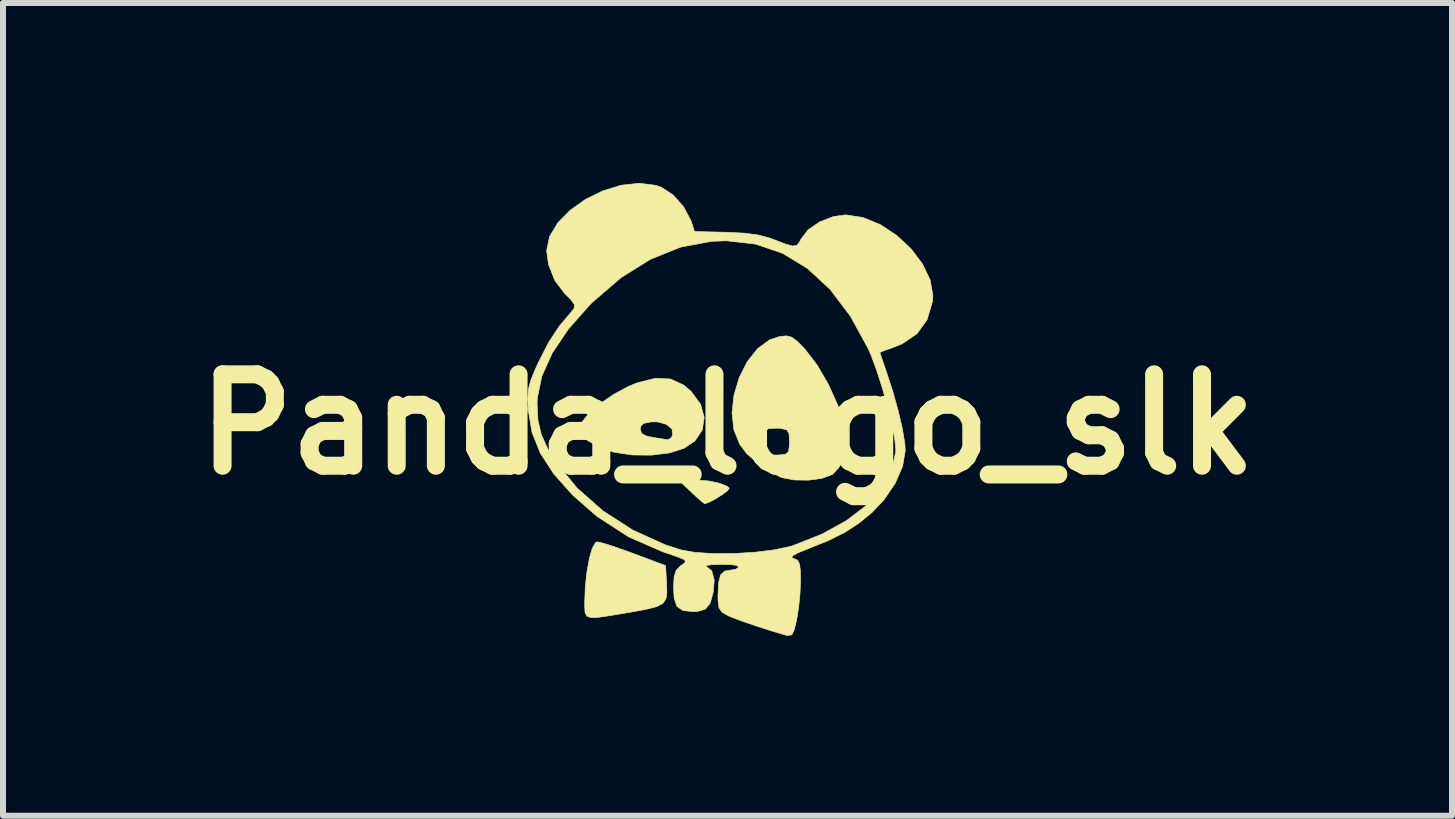
<source format=kicad_pcb>
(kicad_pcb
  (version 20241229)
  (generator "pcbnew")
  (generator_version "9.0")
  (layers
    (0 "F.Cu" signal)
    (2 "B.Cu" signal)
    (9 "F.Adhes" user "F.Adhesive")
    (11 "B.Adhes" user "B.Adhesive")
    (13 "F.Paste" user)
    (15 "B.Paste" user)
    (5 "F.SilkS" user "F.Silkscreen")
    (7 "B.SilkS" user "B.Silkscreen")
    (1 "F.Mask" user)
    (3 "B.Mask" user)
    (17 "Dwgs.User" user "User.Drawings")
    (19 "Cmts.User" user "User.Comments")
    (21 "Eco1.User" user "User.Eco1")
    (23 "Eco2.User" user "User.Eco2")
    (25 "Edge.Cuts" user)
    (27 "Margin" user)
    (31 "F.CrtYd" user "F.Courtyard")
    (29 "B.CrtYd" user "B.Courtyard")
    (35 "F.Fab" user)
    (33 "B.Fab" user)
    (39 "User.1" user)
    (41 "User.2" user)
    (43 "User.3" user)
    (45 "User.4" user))
  (footprint "Panda_logo_slk"
    (layer "F.Cu")
    (at 9.079 4.025)
    (property "Reference" "Panda_logo_slk" (at 0 0 0) (layer "F.SilkS") (effects (font (size 1.524 1.524) (thickness 0.3))))
    (attr through_hole)
    (fp_poly (pts (xy -0.3 0.945) (xy -0.133 0.982) (xy -0.008 1.031) (xy 0.03 1.064) (xy 0.001 1.105) (xy -0.089 1.172) (xy -0.205 1.245) (xy -0.315 1.302) (xy -0.382 1.323) (xy -0.426 1.29) (xy -0.52 1.207) (xy -0.577 1.153) (xy -0.758 0.984) (xy -0.604 0.941) (xy -0.47 0.929) (xy -0.3 0.945)) (stroke (width 0.01) (type solid)) (fill yes) (layer "F.SilkS"))
    (fp_poly (pts (xy -2.091 1.976) (xy -1.935 2.024) (xy -1.729 2.095) (xy -1.56 2.157) (xy -1.032 2.355) (xy -1.016 2.656) (xy -1.011 2.805) (xy -1.027 2.911) (xy -1.078 2.985) (xy -1.181 3.038) (xy -1.352 3.082) (xy -1.608 3.129) (xy -1.689 3.143) (xy -1.97 3.19) (xy -2.162 3.218) (xy -2.283 3.22) (xy -2.348 3.194) (xy -2.376 3.134) (xy -2.381 3.036) (xy -2.381 2.96) (xy -2.371 2.701) (xy -2.343 2.451) (xy -2.303 2.232) (xy -2.254 2.064) (xy -2.201 1.971) (xy -2.174 1.958) (xy -2.091 1.976)) (stroke (width 0.01) (type solid)) (fill yes) (layer "F.SilkS"))
    (fp_poly (pts (xy -0.953 -0.757) (xy -0.735 -0.658) (xy -0.608 -0.551) (xy -0.45 -0.337) (xy -0.389 -0.116) (xy -0.421 0.094) (xy -0.544 0.276) (xy -0.725 0.399) (xy -0.97 0.476) (xy -1.272 0.513) (xy -1.592 0.51) (xy -1.889 0.465) (xy -2.003 0.431) (xy -2.183 0.354) (xy -2.335 0.268) (xy -2.397 0.22) (xy -2.469 0.131) (xy -2.47 0.079) (xy -1.455 0.079) (xy -1.431 0.154) (xy -1.341 0.198) (xy -1.244 0.217) (xy -1.1 0.24) (xy -1.003 0.255) (xy -0.991 0.257) (xy -0.939 0.222) (xy -0.916 0.178) (xy -0.925 0.079) (xy -1.015 0.001) (xy -1.162 -0.041) (xy -1.27 -0.042) (xy -1.4 -0.017) (xy -1.451 0.04) (xy -1.455 0.079) (xy -2.47 0.079) (xy -2.47 0.051) (xy -2.431 -0.033) (xy -2.314 -0.182) (xy -2.125 -0.345) (xy -1.894 -0.503) (xy -1.648 -0.635) (xy -1.506 -0.693) (xy -1.205 -0.768) (xy -0.953 -0.757)) (stroke (width 0.01) (type solid)) (fill yes) (layer "F.SilkS"))
    (fp_poly (pts (xy 1.069 -1.454) (xy 1.164 -1.383) (xy 1.293 -1.251) (xy 1.494 -0.989) (xy 1.684 -0.662) (xy 1.843 -0.308) (xy 1.951 0.033) (xy 1.961 0.081) (xy 1.995 0.272) (xy 1.998 0.403) (xy 1.969 0.516) (xy 1.94 0.584) (xy 1.852 0.725) (xy 1.753 0.83) (xy 1.74 0.838) (xy 1.574 0.9) (xy 1.351 0.93) (xy 1.114 0.927) (xy 0.908 0.888) (xy 0.886 0.88) (xy 0.578 0.717) (xy 0.318 0.485) (xy 0.203 0.332) (xy 0.2 0.324) (xy 0.48 0.324) (xy 0.492 0.432) (xy 0.598 0.495) (xy 0.799 0.512) (xy 0.847 0.511) (xy 0.965 0.499) (xy 1.018 0.456) (xy 1.031 0.349) (xy 1.032 0.291) (xy 1.026 0.155) (xy 0.988 0.092) (xy 0.892 0.068) (xy 0.838 0.063) (xy 0.688 0.069) (xy 0.592 0.128) (xy 0.561 0.168) (xy 0.48 0.324) (xy 0.2 0.324) (xy 0.105 0.087) (xy 0.075 -0.193) (xy 0.108 -0.49) (xy 0.195 -0.78) (xy 0.329 -1.045) (xy 0.501 -1.262) (xy 0.704 -1.411) (xy 0.867 -1.464) (xy 0.981 -1.476) (xy 1.069 -1.454)) (stroke (width 0.01) (type solid)) (fill yes) (layer "F.SilkS"))
    (fp_poly (pts (xy -1.194 -3.985) (xy -1.103 -3.953) (xy -0.907 -3.825) (xy -0.732 -3.627) (xy -0.61 -3.396) (xy -0.6 -3.367) (xy -0.551 -3.215) (xy -0.024 -3.203) (xy 0.284 -3.188) (xy 0.52 -3.156) (xy 0.718 -3.102) (xy 0.782 -3.077) (xy 0.971 -3.004) (xy 1.087 -2.973) (xy 1.156 -2.985) (xy 1.201 -3.042) (xy 1.223 -3.087) (xy 1.343 -3.243) (xy 1.535 -3.375) (xy 1.764 -3.464) (xy 1.969 -3.493) (xy 2.259 -3.449) (xy 2.548 -3.33) (xy 2.821 -3.15) (xy 3.06 -2.926) (xy 3.251 -2.673) (xy 3.378 -2.408) (xy 3.424 -2.146) (xy 3.416 -2.046) (xy 3.326 -1.744) (xy 3.159 -1.511) (xy 2.909 -1.342) (xy 2.738 -1.274) (xy 2.613 -1.23) (xy 2.545 -1.202) (xy 2.54 -1.198) (xy 2.556 -1.146) (xy 2.598 -1.024) (xy 2.643 -0.893) (xy 2.753 -0.557) (xy 2.845 -0.226) (xy 2.915 0.075) (xy 2.956 0.32) (xy 2.963 0.435) (xy 2.919 0.699) (xy 2.795 0.984) (xy 2.606 1.261) (xy 2.412 1.465) (xy 2.188 1.649) (xy 1.956 1.8) (xy 1.683 1.936) (xy 1.355 2.069) (xy 1.173 2.142) (xy 1.082 2.191) (xy 1.072 2.222) (xy 1.104 2.236) (xy 1.165 2.263) (xy 1.2 2.322) (xy 1.214 2.437) (xy 1.217 2.612) (xy 1.208 2.828) (xy 1.185 3.053) (xy 1.152 3.259) (xy 1.114 3.419) (xy 1.075 3.505) (xy 1.067 3.511) (xy 0.988 3.519) (xy 0.979 3.516) (xy 0.746 3.447) (xy 0.498 3.368) (xy 0.268 3.289) (xy 0.086 3.222) (xy 0.013 3.191) (xy -0.091 3.132) (xy -0.142 3.06) (xy -0.158 2.938) (xy -0.159 2.856) (xy -0.149 2.639) (xy -0.115 2.508) (xy -0.049 2.446) (xy 0.029 2.434) (xy 0.139 2.414) (xy 0.185 2.381) (xy 0.157 2.351) (xy 0.033 2.336) (xy -0.116 2.334) (xy -0.272 2.341) (xy -0.359 2.352) (xy -0.36 2.364) (xy -0.36 2.364) (xy -0.263 2.441) (xy -0.222 2.595) (xy -0.238 2.796) (xy -0.289 2.98) (xy -0.37 3.081) (xy -0.503 3.119) (xy -0.578 3.122) (xy -0.744 3.103) (xy -0.843 3.035) (xy -0.89 2.898) (xy -0.9 2.718) (xy -0.891 2.54) (xy -0.856 2.432) (xy -0.785 2.36) (xy -0.784 2.359) (xy -0.721 2.315) (xy -0.697 2.283) (xy -0.725 2.253) (xy -0.82 2.213) (xy -0.995 2.152) (xy -1.085 2.122) (xy -1.649 1.875) (xy -2.176 1.534) (xy -2.576 1.185) (xy -2.895 0.828) (xy -3.12 0.482) (xy -3.26 0.132) (xy -3.322 -0.24) (xy -3.322 -0.241) (xy -3.326 -0.348) (xy -3.175 -0.348) (xy -3.16 -0.066) (xy -3.104 0.173) (xy -2.996 0.41) (xy -2.856 0.635) (xy -2.507 1.063) (xy -2.076 1.443) (xy -1.582 1.761) (xy -1.043 2.006) (xy -0.771 2.094) (xy -0.537 2.135) (xy -0.232 2.154) (xy 0.111 2.153) (xy 0.461 2.131) (xy 0.784 2.091) (xy 1.049 2.034) (xy 1.09 2.021) (xy 1.572 1.831) (xy 1.985 1.603) (xy 2.321 1.346) (xy 2.575 1.064) (xy 2.738 0.766) (xy 2.804 0.458) (xy 2.805 0.416) (xy 2.787 0.237) (xy 2.738 -0.012) (xy 2.666 -0.305) (xy 2.579 -0.612) (xy 2.484 -0.908) (xy 2.389 -1.163) (xy 2.344 -1.264) (xy 2.049 -1.803) (xy 1.712 -2.249) (xy 1.335 -2.598) (xy 0.921 -2.851) (xy 0.471 -3.005) (xy -0.014 -3.061) (xy -0.265 -3.052) (xy -0.782 -2.955) (xy -1.285 -2.753) (xy -1.775 -2.447) (xy -2.252 -2.037) (xy -2.302 -1.987) (xy -2.657 -1.584) (xy -2.923 -1.187) (xy -3.096 -0.802) (xy -3.172 -0.436) (xy -3.175 -0.348) (xy -3.326 -0.348) (xy -3.33 -0.436) (xy -3.319 -0.587) (xy -3.281 -0.733) (xy -3.207 -0.915) (xy -3.157 -1.025) (xy -2.984 -1.364) (xy -2.806 -1.636) (xy -2.619 -1.857) (xy -2.558 -1.933) (xy -2.554 -1.999) (xy -2.614 -2.083) (xy -2.719 -2.187) (xy -2.879 -2.399) (xy -2.984 -2.664) (xy -3.016 -2.894) (xy -2.967 -3.131) (xy -2.83 -3.36) (xy -2.624 -3.57) (xy -2.367 -3.752) (xy -2.077 -3.894) (xy -1.773 -3.987) (xy -1.472 -4.02) (xy -1.194 -3.985)) (stroke (width 0.01) (type solid)) (fill yes) (layer "F.SilkS")))
  (gr_rect
    (start -3 -3)
    (end 21.157 10.549)
    (stroke (width 0.1) (type default))
    (fill no)
    (layer "Edge.Cuts")))
</source>
